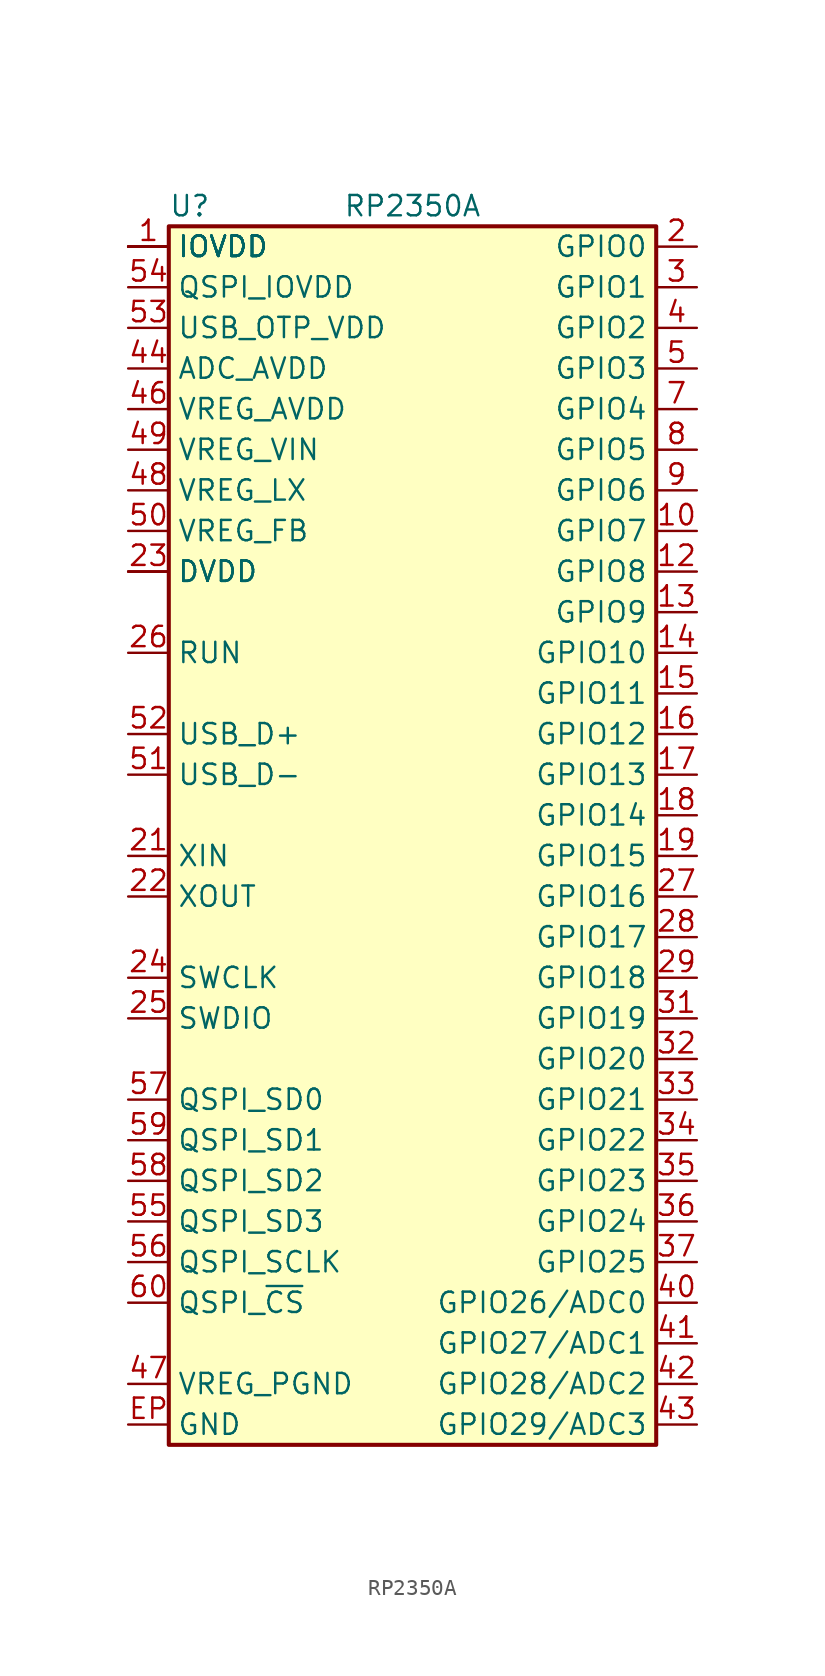
<source format=kicad_sym>
(kicad_symbol_lib
  (version 20231120)
  (generator "kicad_symbol_editor")
  (generator_version "8.0")
  (symbol "RP2350A"
    (property "Reference" "U"
      (at -15.24 40.64 0)
      (effects (font (size 1.27 1.27)) (justify left)))
    (property "Value" "RP2350A"
      (at 0 40.64 0)
      (effects (font (size 1.27 1.27))))
    (symbol "RP2350A_1_0"
      (pin power_in line (at -17.78 38.1 0) (length 2.54) (name "IOVDD" (effects (font (size 1.27 1.27)))) (number "1" (effects (font (size 1.27 1.27)))))
      (pin bidirectional line (at 17.78 20.32 180) (length 2.54) (name "GPIO7" (effects (font (size 1.27 1.27)))) (number "10" (effects (font (size 1.27 1.27)))))
      (pin power_in line (at -17.78 38.1 0) (length 2.54) (name "IOVDD" (effects (font (size 1.27 1.27)))) (number "11" (effects (font (size 0 0)))))
      (pin bidirectional line (at 17.78 17.78 180) (length 2.54) (name "GPIO8" (effects (font (size 1.27 1.27)))) (number "12" (effects (font (size 1.27 1.27)))))
      (pin bidirectional line (at 17.78 15.24 180) (length 2.54) (name "GPIO9" (effects (font (size 1.27 1.27)))) (number "13" (effects (font (size 1.27 1.27)))))
      (pin bidirectional line (at 17.78 12.7 180) (length 2.54) (name "GPIO10" (effects (font (size 1.27 1.27)))) (number "14" (effects (font (size 1.27 1.27)))))
      (pin bidirectional line (at 17.78 10.16 180) (length 2.54) (name "GPIO11" (effects (font (size 1.27 1.27)))) (number "15" (effects (font (size 1.27 1.27)))))
      (pin bidirectional line (at 17.78 7.62 180) (length 2.54) (name "GPIO12" (effects (font (size 1.27 1.27)))) (number "16" (effects (font (size 1.27 1.27)))))
      (pin bidirectional line (at 17.78 5.08 180) (length 2.54) (name "GPIO13" (effects (font (size 1.27 1.27)))) (number "17" (effects (font (size 1.27 1.27)))))
      (pin bidirectional line (at 17.78 2.54 180) (length 2.54) (name "GPIO14" (effects (font (size 1.27 1.27)))) (number "18" (effects (font (size 1.27 1.27)))))
      (pin bidirectional line (at 17.78 0 180) (length 2.54) (name "GPIO15" (effects (font (size 1.27 1.27)))) (number "19" (effects (font (size 1.27 1.27)))))
      (pin bidirectional line (at 17.78 38.1 180) (length 2.54) (name "GPIO0" (effects (font (size 1.27 1.27)))) (number "2" (effects (font (size 1.27 1.27)))))
      (pin power_in line (at -17.78 38.1 0) (length 2.54) (name "IOVDD" (effects (font (size 1.27 1.27)))) (number "20" (effects (font (size 0 0)))))
      (pin input line (at -17.78 0 0) (length 2.54) (name "XIN" (effects (font (size 1.27 1.27)))) (number "21" (effects (font (size 1.27 1.27)))))
      (pin output line (at -17.78 -2.54 0) (length 2.54) (name "XOUT" (effects (font (size 1.27 1.27)))) (number "22" (effects (font (size 1.27 1.27)))))
      (pin power_in line (at -17.78 17.78 0) (length 2.54) (name "DVDD" (effects (font (size 1.27 1.27)))) (number "23" (effects (font (size 1.27 1.27)))))
      (pin input line (at -17.78 -7.62 0) (length 2.54) (name "SWCLK" (effects (font (size 1.27 1.27)))) (number "24" (effects (font (size 1.27 1.27)))))
      (pin bidirectional line (at -17.78 -10.16 0) (length 2.54) (name "SWDIO" (effects (font (size 1.27 1.27)))) (number "25" (effects (font (size 1.27 1.27)))))
      (pin input line (at -17.78 12.7 0) (length 2.54) (name "RUN" (effects (font (size 1.27 1.27)))) (number "26" (effects (font (size 1.27 1.27)))))
      (pin bidirectional line (at 17.78 -2.54 180) (length 2.54) (name "GPIO16" (effects (font (size 1.27 1.27)))) (number "27" (effects (font (size 1.27 1.27)))))
      (pin bidirectional line (at 17.78 -5.08 180) (length 2.54) (name "GPIO17" (effects (font (size 1.27 1.27)))) (number "28" (effects (font (size 1.27 1.27)))))
      (pin bidirectional line (at 17.78 -7.62 180) (length 2.54) (name "GPIO18" (effects (font (size 1.27 1.27)))) (number "29" (effects (font (size 1.27 1.27)))))
      (pin bidirectional line (at 17.78 35.56 180) (length 2.54) (name "GPIO1" (effects (font (size 1.27 1.27)))) (number "3" (effects (font (size 1.27 1.27)))))
      (pin power_in line (at -17.78 38.1 0) (length 2.54) (name "IOVDD" (effects (font (size 1.27 1.27)))) (number "30" (effects (font (size 0 0)))))
      (pin bidirectional line (at 17.78 -10.16 180) (length 2.54) (name "GPIO19" (effects (font (size 1.27 1.27)))) (number "31" (effects (font (size 1.27 1.27)))))
      (pin bidirectional line (at 17.78 -12.7 180) (length 2.54) (name "GPIO20" (effects (font (size 1.27 1.27)))) (number "32" (effects (font (size 1.27 1.27)))))
      (pin bidirectional line (at 17.78 -15.24 180) (length 2.54) (name "GPIO21" (effects (font (size 1.27 1.27)))) (number "33" (effects (font (size 1.27 1.27)))))
      (pin bidirectional line (at 17.78 -17.78 180) (length 2.54) (name "GPIO22" (effects (font (size 1.27 1.27)))) (number "34" (effects (font (size 1.27 1.27)))))
      (pin bidirectional line (at 17.78 -20.32 180) (length 2.54) (name "GPIO23" (effects (font (size 1.27 1.27)))) (number "35" (effects (font (size 1.27 1.27)))))
      (pin bidirectional line (at 17.78 -22.86 180) (length 2.54) (name "GPIO24" (effects (font (size 1.27 1.27)))) (number "36" (effects (font (size 1.27 1.27)))))
      (pin bidirectional line (at 17.78 -25.4 180) (length 2.54) (name "GPIO25" (effects (font (size 1.27 1.27)))) (number "37" (effects (font (size 1.27 1.27)))))
      (pin power_in line (at -17.78 38.1 0) (length 2.54) (name "IOVDD" (effects (font (size 1.27 1.27)))) (number "38" (effects (font (size 0 0)))))
      (pin power_in line (at -17.78 17.78 0) (length 2.54) (name "DVDD" (effects (font (size 1.27 1.27)))) (number "39" (effects (font (size 0 0)))))
      (pin bidirectional line (at 17.78 33.02 180) (length 2.54) (name "GPIO2" (effects (font (size 1.27 1.27)))) (number "4" (effects (font (size 1.27 1.27)))))
      (pin bidirectional line (at 17.78 -27.94 180) (length 2.54) (name "GPIO26/ADC0" (effects (font (size 1.27 1.27)))) (number "40" (effects (font (size 1.27 1.27)))))
      (pin bidirectional line (at 17.78 -30.48 180) (length 2.54) (name "GPIO27/ADC1" (effects (font (size 1.27 1.27)))) (number "41" (effects (font (size 1.27 1.27)))))
      (pin bidirectional line (at 17.78 -33.02 180) (length 2.54) (name "GPIO28/ADC2" (effects (font (size 1.27 1.27)))) (number "42" (effects (font (size 1.27 1.27)))))
      (pin bidirectional line (at 17.78 -35.56 180) (length 2.54) (name "GPIO29/ADC3" (effects (font (size 1.27 1.27)))) (number "43" (effects (font (size 1.27 1.27)))))
      (pin power_in line (at -17.78 30.48 0) (length 2.54) (name "ADC_AVDD" (effects (font (size 1.27 1.27)))) (number "44" (effects (font (size 1.27 1.27)))))
      (pin power_in line (at -17.78 38.1 0) (length 2.54) (name "IOVDD" (effects (font (size 1.27 1.27)))) (number "45" (effects (font (size 0 0)))))
      (pin power_in line (at -17.78 27.94 0) (length 2.54) (name "VREG_AVDD" (effects (font (size 1.27 1.27)))) (number "46" (effects (font (size 1.27 1.27)))))
      (pin power_in line (at -17.78 -33.02 0) (length 2.54) (name "VREG_PGND" (effects (font (size 1.27 1.27)))) (number "47" (effects (font (size 1.27 1.27)))))
      (pin power_out line (at -17.78 22.86 0) (length 2.54) (name "VREG_LX" (effects (font (size 1.27 1.27)))) (number "48" (effects (font (size 1.27 1.27)))))
      (pin power_in line (at -17.78 25.4 0) (length 2.54) (name "VREG_VIN" (effects (font (size 1.27 1.27)))) (number "49" (effects (font (size 1.27 1.27)))))
      (pin bidirectional line (at 17.78 30.48 180) (length 2.54) (name "GPIO3" (effects (font (size 1.27 1.27)))) (number "5" (effects (font (size 1.27 1.27)))))
      (pin power_in line (at -17.78 20.32 0) (length 2.54) (name "VREG_FB" (effects (font (size 1.27 1.27)))) (number "50" (effects (font (size 1.27 1.27)))))
      (pin bidirectional line (at -17.78 5.08 0) (length 2.54) (name "USB_D-" (effects (font (size 1.27 1.27)))) (number "51" (effects (font (size 1.27 1.27)))))
      (pin bidirectional line (at -17.78 7.62 0) (length 2.54) (name "USB_D+" (effects (font (size 1.27 1.27)))) (number "52" (effects (font (size 1.27 1.27)))))
      (pin power_in line (at -17.78 33.02 0) (length 2.54) (name "USB_OTP_VDD" (effects (font (size 1.27 1.27)))) (number "53" (effects (font (size 1.27 1.27)))))
      (pin power_in line (at -17.78 35.56 0) (length 2.54) (name "QSPI_IOVDD" (effects (font (size 1.27 1.27)))) (number "54" (effects (font (size 1.27 1.27)))))
      (pin bidirectional line (at -17.78 -22.86 0) (length 2.54) (name "QSPI_SD3" (effects (font (size 1.27 1.27)))) (number "55" (effects (font (size 1.27 1.27)))))
      (pin output line (at -17.78 -25.4 0) (length 2.54) (name "QSPI_SCLK" (effects (font (size 1.27 1.27)))) (number "56" (effects (font (size 1.27 1.27)))))
      (pin bidirectional line (at -17.78 -15.24 0) (length 2.54) (name "QSPI_SD0" (effects (font (size 1.27 1.27)))) (number "57" (effects (font (size 1.27 1.27)))))
      (pin bidirectional line (at -17.78 -20.32 0) (length 2.54) (name "QSPI_SD2" (effects (font (size 1.27 1.27)))) (number "58" (effects (font (size 1.27 1.27)))))
      (pin bidirectional line (at -17.78 -17.78 0) (length 2.54) (name "QSPI_SD1" (effects (font (size 1.27 1.27)))) (number "59" (effects (font (size 1.27 1.27)))))
      (pin power_in line (at -17.78 17.78 0) (length 2.54) (name "DVDD" (effects (font (size 1.27 1.27)))) (number "6" (effects (font (size 0 0)))))
      (pin output line (at -17.78 -27.94 0) (length 2.54) (name "QSPI_~{CS}" (effects (font (size 1.27 1.27)))) (number "60" (effects (font (size 1.27 1.27)))))
      (pin bidirectional line (at 17.78 27.94 180) (length 2.54) (name "GPIO4" (effects (font (size 1.27 1.27)))) (number "7" (effects (font (size 1.27 1.27)))))
      (pin bidirectional line (at 17.78 25.4 180) (length 2.54) (name "GPIO5" (effects (font (size 1.27 1.27)))) (number "8" (effects (font (size 1.27 1.27)))))
      (pin bidirectional line (at 17.78 22.86 180) (length 2.54) (name "GPIO6" (effects (font (size 1.27 1.27)))) (number "9" (effects (font (size 1.27 1.27)))))
      (pin power_in line (at -17.78 -35.56 0) (length 2.54) (name "GND" (effects (font (size 1.27 1.27)))) (number "EP" (effects (font (size 1.27 1.27))))))
    (symbol "RP2350A_1_1"
      (rectangle (start -15.24 39.37) (end 15.24 -36.83) (stroke (width 0.254) (type default)) (fill (type background))))))
</source>
